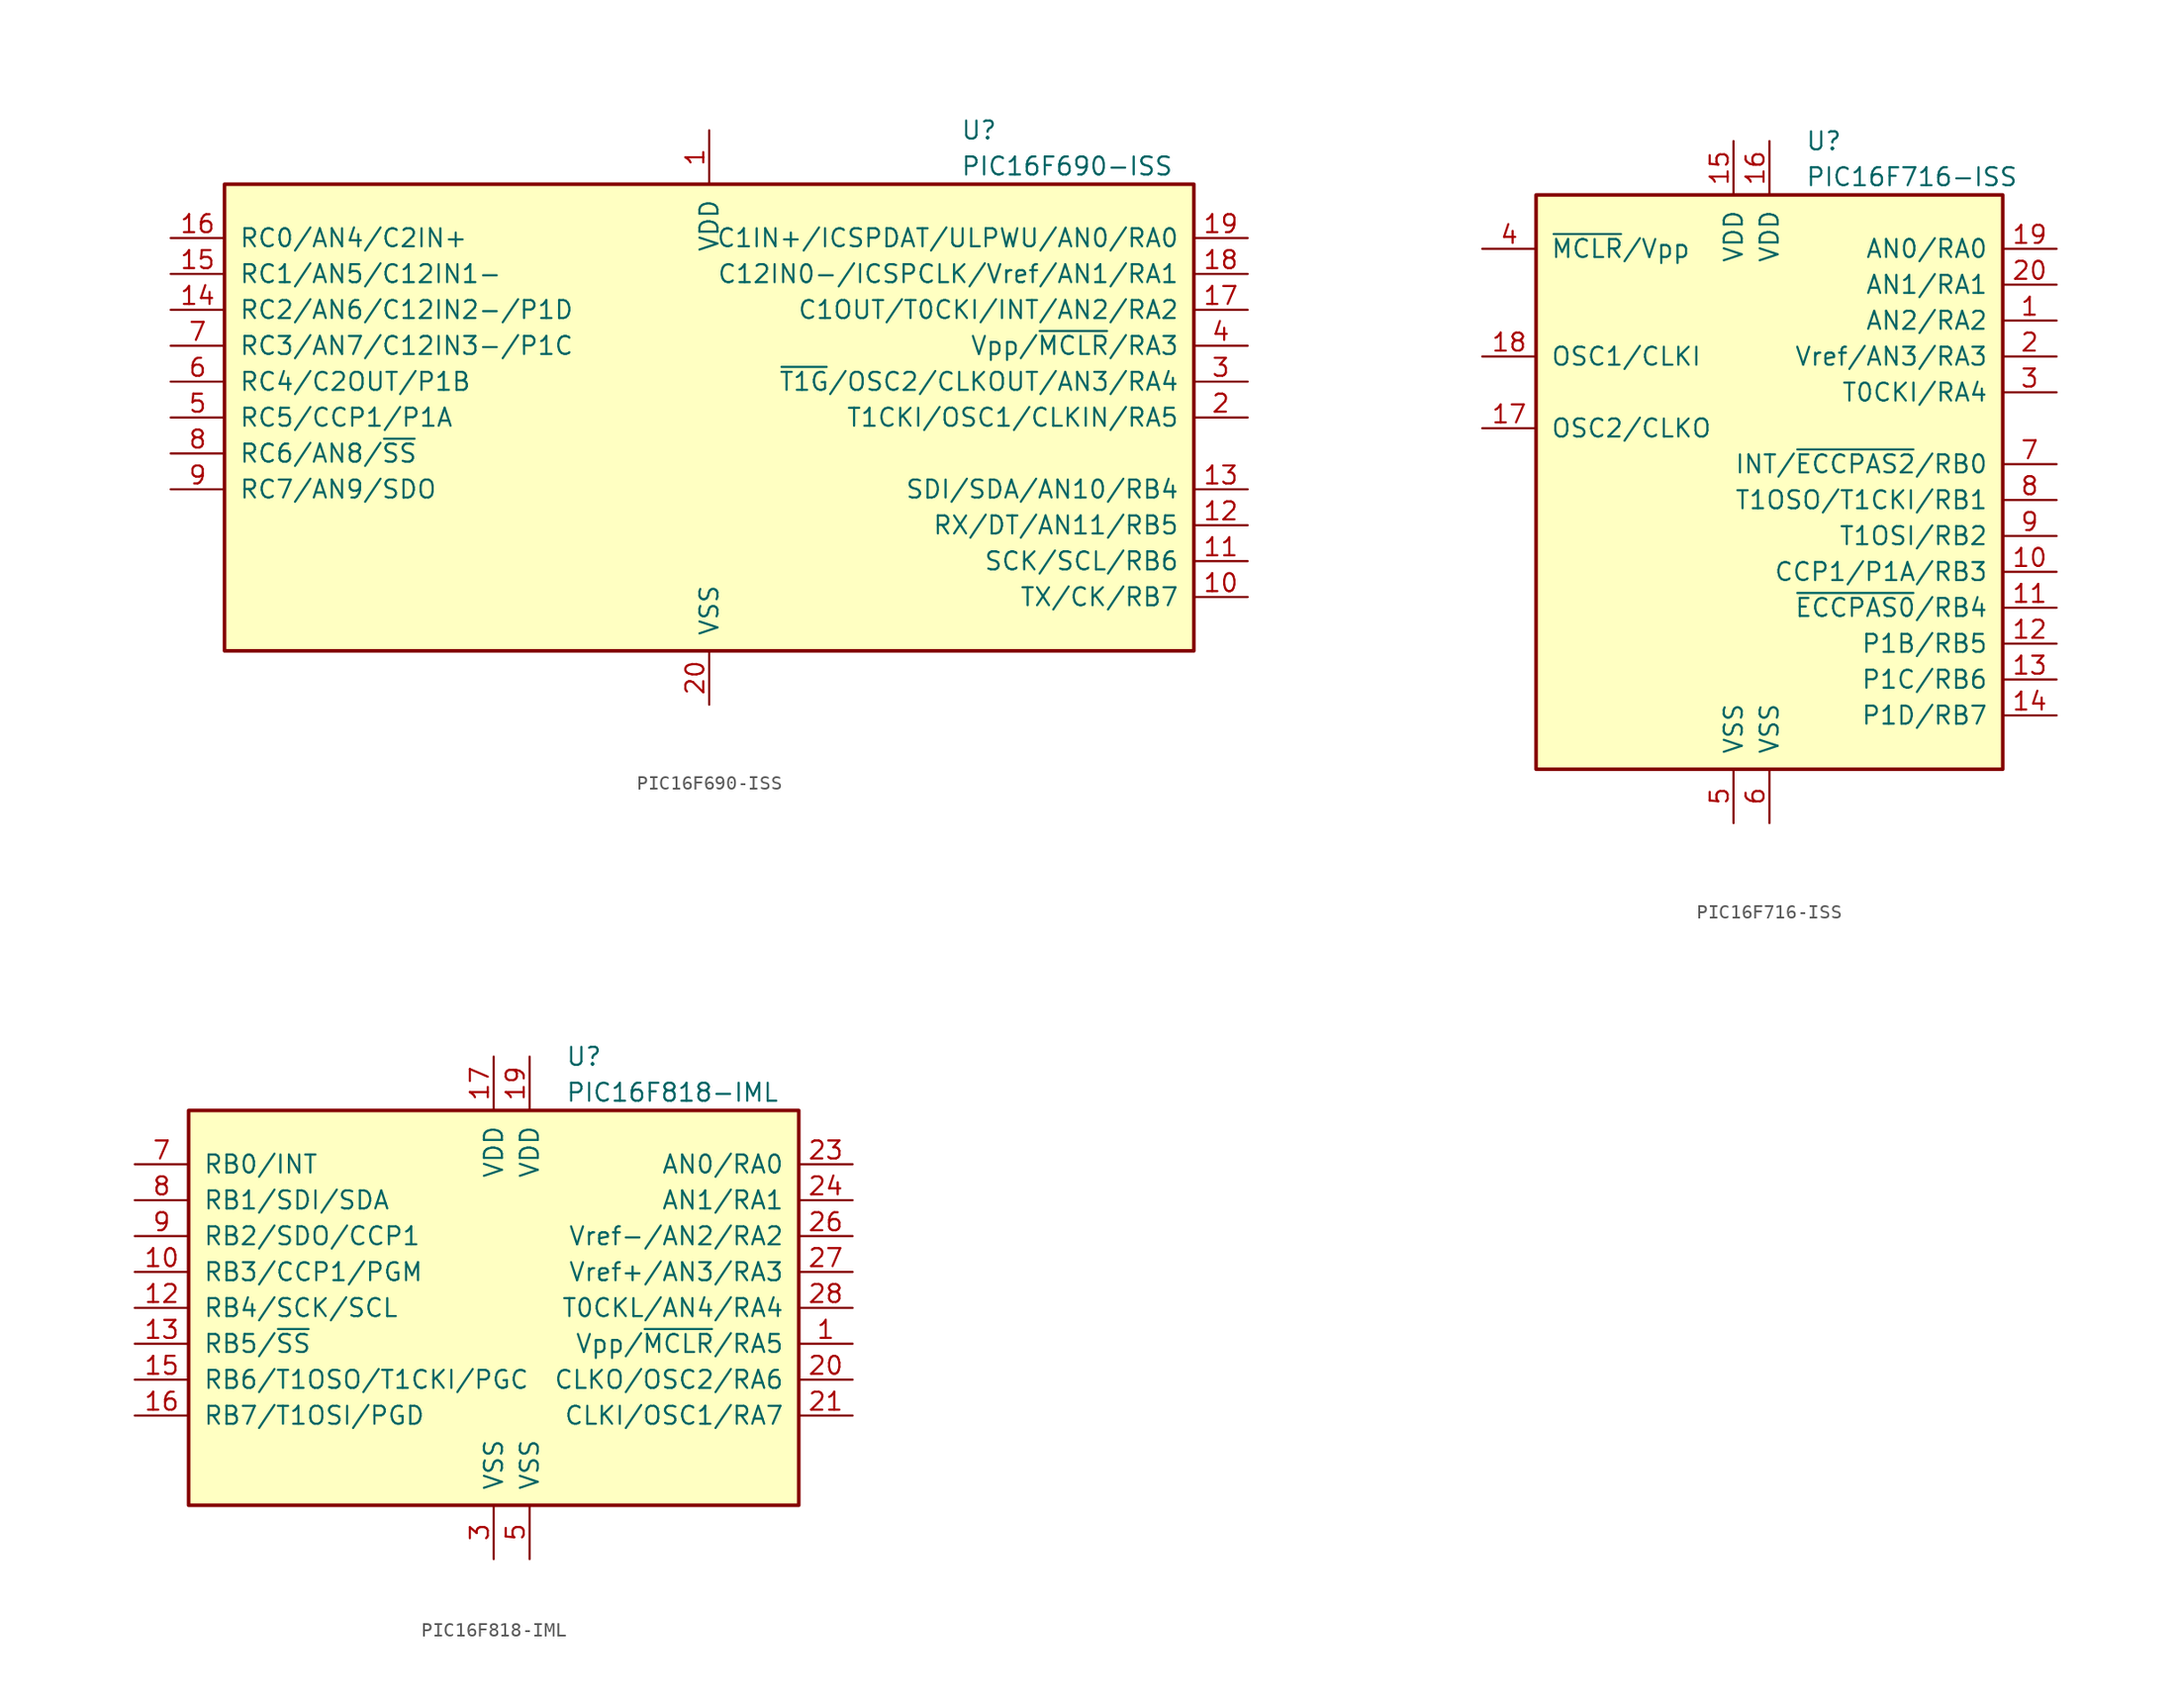
<source format=kicad_sym>
(kicad_symbol_lib
  (version 20220914)
  (generator kicad_symbol_editor)
  (symbol "PIC16F690-ISS"
    (pin_names
      (offset 1.016))
    (property "Reference" "U"
      (at 17.78 20.32 0)
      (effects (font (size 1.27 1.27)) (justify left)))
    (property "Value" "PIC16F690-ISS"
      (at 17.78 17.78 0)
      (effects (font (size 1.27 1.27)) (justify left)))
    (symbol "PIC16F690-ISS_0_1"
      (rectangle (start -34.29 16.51) (end 34.29 -16.51) (stroke (width 0.254) (type default)) (fill (type background))))
    (symbol "PIC16F690-ISS_1_1"
      (pin power_in line (at 0 20.32 270) (length 3.81) (name "VDD" (effects (font (size 1.27 1.27)))) (number "1" (effects (font (size 1.27 1.27)))))
      (pin bidirectional line (at 38.1 -12.7 180) (length 3.81) (name "TX/CK/RB7" (effects (font (size 1.27 1.27)))) (number "10" (effects (font (size 1.27 1.27)))))
      (pin bidirectional line (at 38.1 -10.16 180) (length 3.81) (name "SCK/SCL/RB6" (effects (font (size 1.27 1.27)))) (number "11" (effects (font (size 1.27 1.27)))))
      (pin bidirectional line (at 38.1 -7.62 180) (length 3.81) (name "RX/DT/AN11/RB5" (effects (font (size 1.27 1.27)))) (number "12" (effects (font (size 1.27 1.27)))))
      (pin bidirectional line (at 38.1 -5.08 180) (length 3.81) (name "SDI/SDA/AN10/RB4" (effects (font (size 1.27 1.27)))) (number "13" (effects (font (size 1.27 1.27)))))
      (pin bidirectional line (at -38.1 7.62 0) (length 3.81) (name "RC2/AN6/C12IN2-/P1D" (effects (font (size 1.27 1.27)))) (number "14" (effects (font (size 1.27 1.27)))))
      (pin bidirectional line (at -38.1 10.16 0) (length 3.81) (name "RC1/AN5/C12IN1-" (effects (font (size 1.27 1.27)))) (number "15" (effects (font (size 1.27 1.27)))))
      (pin bidirectional line (at -38.1 12.7 0) (length 3.81) (name "RC0/AN4/C2IN+" (effects (font (size 1.27 1.27)))) (number "16" (effects (font (size 1.27 1.27)))))
      (pin bidirectional line (at 38.1 7.62 180) (length 3.81) (name "C1OUT/T0CKI/INT/AN2/RA2" (effects (font (size 1.27 1.27)))) (number "17" (effects (font (size 1.27 1.27)))))
      (pin bidirectional line (at 38.1 10.16 180) (length 3.81) (name "C12IN0-/ICSPCLK/Vref/AN1/RA1" (effects (font (size 1.27 1.27)))) (number "18" (effects (font (size 1.27 1.27)))))
      (pin bidirectional line (at 38.1 12.7 180) (length 3.81) (name "C1IN+/ICSPDAT/ULPWU/AN0/RA0" (effects (font (size 1.27 1.27)))) (number "19" (effects (font (size 1.27 1.27)))))
      (pin bidirectional line (at 38.1 0 180) (length 3.81) (name "T1CKI/OSC1/CLKIN/RA5" (effects (font (size 1.27 1.27)))) (number "2" (effects (font (size 1.27 1.27)))))
      (pin power_in line (at 0 -20.32 90) (length 3.81) (name "VSS" (effects (font (size 1.27 1.27)))) (number "20" (effects (font (size 1.27 1.27)))))
      (pin bidirectional line (at 38.1 2.54 180) (length 3.81) (name "~{T1G}/OSC2/CLKOUT/AN3/RA4" (effects (font (size 1.27 1.27)))) (number "3" (effects (font (size 1.27 1.27)))))
      (pin input line (at 38.1 5.08 180) (length 3.81) (name "Vpp/~{MCLR}/RA3" (effects (font (size 1.27 1.27)))) (number "4" (effects (font (size 1.27 1.27)))))
      (pin bidirectional line (at -38.1 0 0) (length 3.81) (name "RC5/CCP1/P1A" (effects (font (size 1.27 1.27)))) (number "5" (effects (font (size 1.27 1.27)))))
      (pin bidirectional line (at -38.1 2.54 0) (length 3.81) (name "RC4/C2OUT/P1B" (effects (font (size 1.27 1.27)))) (number "6" (effects (font (size 1.27 1.27)))))
      (pin bidirectional line (at -38.1 5.08 0) (length 3.81) (name "RC3/AN7/C12IN3-/P1C" (effects (font (size 1.27 1.27)))) (number "7" (effects (font (size 1.27 1.27)))))
      (pin bidirectional line (at -38.1 -2.54 0) (length 3.81) (name "RC6/AN8/~{SS}" (effects (font (size 1.27 1.27)))) (number "8" (effects (font (size 1.27 1.27)))))
      (pin bidirectional line (at -38.1 -5.08 0) (length 3.81) (name "RC7/AN9/SDO" (effects (font (size 1.27 1.27)))) (number "9" (effects (font (size 1.27 1.27)))))))
  (symbol "PIC16F716-ISS"
    (pin_names
      (offset 1.016))
    (property "Reference" "U"
      (at 2.54 22.86 0)
      (effects (font (size 1.27 1.27)) (justify left)))
    (property "Value" "PIC16F716-ISS"
      (at 2.54 20.32 0)
      (effects (font (size 1.27 1.27)) (justify left)))
    (symbol "PIC16F716-ISS_0_1"
      (rectangle (start -16.51 19.05) (end 16.51 -21.59) (stroke (width 0.254) (type default)) (fill (type background))))
    (symbol "PIC16F716-ISS_1_1"
      (pin bidirectional line (at 20.32 10.16 180) (length 3.81) (name "AN2/RA2" (effects (font (size 1.27 1.27)))) (number "1" (effects (font (size 1.27 1.27)))))
      (pin bidirectional line (at 20.32 -7.62 180) (length 3.81) (name "CCP1/P1A/RB3" (effects (font (size 1.27 1.27)))) (number "10" (effects (font (size 1.27 1.27)))))
      (pin bidirectional line (at 20.32 -10.16 180) (length 3.81) (name "~{ECCPAS0}/RB4" (effects (font (size 1.27 1.27)))) (number "11" (effects (font (size 1.27 1.27)))))
      (pin bidirectional line (at 20.32 -12.7 180) (length 3.81) (name "P1B/RB5" (effects (font (size 1.27 1.27)))) (number "12" (effects (font (size 1.27 1.27)))))
      (pin bidirectional line (at 20.32 -15.24 180) (length 3.81) (name "P1C/RB6" (effects (font (size 1.27 1.27)))) (number "13" (effects (font (size 1.27 1.27)))))
      (pin bidirectional line (at 20.32 -17.78 180) (length 3.81) (name "P1D/RB7" (effects (font (size 1.27 1.27)))) (number "14" (effects (font (size 1.27 1.27)))))
      (pin power_in line (at -2.54 22.86 270) (length 3.81) (name "VDD" (effects (font (size 1.27 1.27)))) (number "15" (effects (font (size 1.27 1.27)))))
      (pin power_in line (at 0 22.86 270) (length 3.81) (name "VDD" (effects (font (size 1.27 1.27)))) (number "16" (effects (font (size 1.27 1.27)))))
      (pin output line (at -20.32 2.54 0) (length 3.81) (name "OSC2/CLKO" (effects (font (size 1.27 1.27)))) (number "17" (effects (font (size 1.27 1.27)))))
      (pin input line (at -20.32 7.62 0) (length 3.81) (name "OSC1/CLKI" (effects (font (size 1.27 1.27)))) (number "18" (effects (font (size 1.27 1.27)))))
      (pin bidirectional line (at 20.32 15.24 180) (length 3.81) (name "AN0/RA0" (effects (font (size 1.27 1.27)))) (number "19" (effects (font (size 1.27 1.27)))))
      (pin bidirectional line (at 20.32 7.62 180) (length 3.81) (name "Vref/AN3/RA3" (effects (font (size 1.27 1.27)))) (number "2" (effects (font (size 1.27 1.27)))))
      (pin bidirectional line (at 20.32 12.7 180) (length 3.81) (name "AN1/RA1" (effects (font (size 1.27 1.27)))) (number "20" (effects (font (size 1.27 1.27)))))
      (pin output line (at 20.32 5.08 180) (length 3.81) (name "T0CKI/RA4" (effects (font (size 1.27 1.27)))) (number "3" (effects (font (size 1.27 1.27)))))
      (pin input line (at -20.32 15.24 0) (length 3.81) (name "~{MCLR}/Vpp" (effects (font (size 1.27 1.27)))) (number "4" (effects (font (size 1.27 1.27)))))
      (pin power_in line (at -2.54 -25.4 90) (length 3.81) (name "VSS" (effects (font (size 1.27 1.27)))) (number "5" (effects (font (size 1.27 1.27)))))
      (pin power_in line (at 0 -25.4 90) (length 3.81) (name "VSS" (effects (font (size 1.27 1.27)))) (number "6" (effects (font (size 1.27 1.27)))))
      (pin bidirectional line (at 20.32 0 180) (length 3.81) (name "INT/~{ECCPAS2}/RB0" (effects (font (size 1.27 1.27)))) (number "7" (effects (font (size 1.27 1.27)))))
      (pin bidirectional line (at 20.32 -2.54 180) (length 3.81) (name "T1OSO/T1CKI/RB1" (effects (font (size 1.27 1.27)))) (number "8" (effects (font (size 1.27 1.27)))))
      (pin bidirectional line (at 20.32 -5.08 180) (length 3.81) (name "T1OSI/RB2" (effects (font (size 1.27 1.27)))) (number "9" (effects (font (size 1.27 1.27)))))))
  (symbol "PIC16F818-IML"
    (pin_names
      (offset 1.016))
    (property "Reference" "U"
      (at 5.08 17.78 0)
      (effects (font (size 1.27 1.27)) (justify left)))
    (property "Value" "PIC16F818-IML"
      (at 5.08 15.24 0)
      (effects (font (size 1.27 1.27)) (justify left)))
    (symbol "PIC16F818-IML_0_1"
      (rectangle (start -21.59 13.97) (end 21.59 -13.97) (stroke (width 0.254) (type default)) (fill (type background))))
    (symbol "PIC16F818-IML_1_1"
      (pin input line (at 25.4 -2.54 180) (length 3.81) (name "Vpp/~{MCLR}/RA5" (effects (font (size 1.27 1.27)))) (number "1" (effects (font (size 1.27 1.27)))))
      (pin bidirectional line (at -25.4 2.54 0) (length 3.81) (name "RB3/CCP1/PGM" (effects (font (size 1.27 1.27)))) (number "10" (effects (font (size 1.27 1.27)))))
      (pin bidirectional line (at -25.4 0 0) (length 3.81) (name "RB4/SCK/SCL" (effects (font (size 1.27 1.27)))) (number "12" (effects (font (size 1.27 1.27)))))
      (pin bidirectional line (at -25.4 -2.54 0) (length 3.81) (name "RB5/~{SS}" (effects (font (size 1.27 1.27)))) (number "13" (effects (font (size 1.27 1.27)))))
      (pin bidirectional line (at -25.4 -5.08 0) (length 3.81) (name "RB6/T1OSO/T1CKI/PGC" (effects (font (size 1.27 1.27)))) (number "15" (effects (font (size 1.27 1.27)))))
      (pin bidirectional line (at -25.4 -7.62 0) (length 3.81) (name "RB7/T1OSI/PGD" (effects (font (size 1.27 1.27)))) (number "16" (effects (font (size 1.27 1.27)))))
      (pin power_in line (at 0 17.78 270) (length 3.81) (name "VDD" (effects (font (size 1.27 1.27)))) (number "17" (effects (font (size 1.27 1.27)))))
      (pin power_in line (at 2.54 17.78 270) (length 3.81) (name "VDD" (effects (font (size 1.27 1.27)))) (number "19" (effects (font (size 1.27 1.27)))))
      (pin bidirectional line (at 25.4 -5.08 180) (length 3.81) (name "CLKO/OSC2/RA6" (effects (font (size 1.27 1.27)))) (number "20" (effects (font (size 1.27 1.27)))))
      (pin bidirectional line (at 25.4 -7.62 180) (length 3.81) (name "CLKI/OSC1/RA7" (effects (font (size 1.27 1.27)))) (number "21" (effects (font (size 1.27 1.27)))))
      (pin bidirectional line (at 25.4 10.16 180) (length 3.81) (name "AN0/RA0" (effects (font (size 1.27 1.27)))) (number "23" (effects (font (size 1.27 1.27)))))
      (pin bidirectional line (at 25.4 7.62 180) (length 3.81) (name "AN1/RA1" (effects (font (size 1.27 1.27)))) (number "24" (effects (font (size 1.27 1.27)))))
      (pin bidirectional line (at 25.4 5.08 180) (length 3.81) (name "Vref-/AN2/RA2" (effects (font (size 1.27 1.27)))) (number "26" (effects (font (size 1.27 1.27)))))
      (pin bidirectional line (at 25.4 2.54 180) (length 3.81) (name "Vref+/AN3/RA3" (effects (font (size 1.27 1.27)))) (number "27" (effects (font (size 1.27 1.27)))))
      (pin bidirectional line (at 25.4 0 180) (length 3.81) (name "T0CKL/AN4/RA4" (effects (font (size 1.27 1.27)))) (number "28" (effects (font (size 1.27 1.27)))))
      (pin power_in line (at 0 -17.78 90) (length 3.81) (name "VSS" (effects (font (size 1.27 1.27)))) (number "3" (effects (font (size 1.27 1.27)))))
      (pin power_in line (at 2.54 -17.78 90) (length 3.81) (name "VSS" (effects (font (size 1.27 1.27)))) (number "5" (effects (font (size 1.27 1.27)))))
      (pin bidirectional line (at -25.4 10.16 0) (length 3.81) (name "RB0/INT" (effects (font (size 1.27 1.27)))) (number "7" (effects (font (size 1.27 1.27)))))
      (pin bidirectional line (at -25.4 7.62 0) (length 3.81) (name "RB1/SDI/SDA" (effects (font (size 1.27 1.27)))) (number "8" (effects (font (size 1.27 1.27)))))
      (pin bidirectional line (at -25.4 5.08 0) (length 3.81) (name "RB2/SDO/CCP1" (effects (font (size 1.27 1.27)))) (number "9" (effects (font (size 1.27 1.27))))))))
</source>
